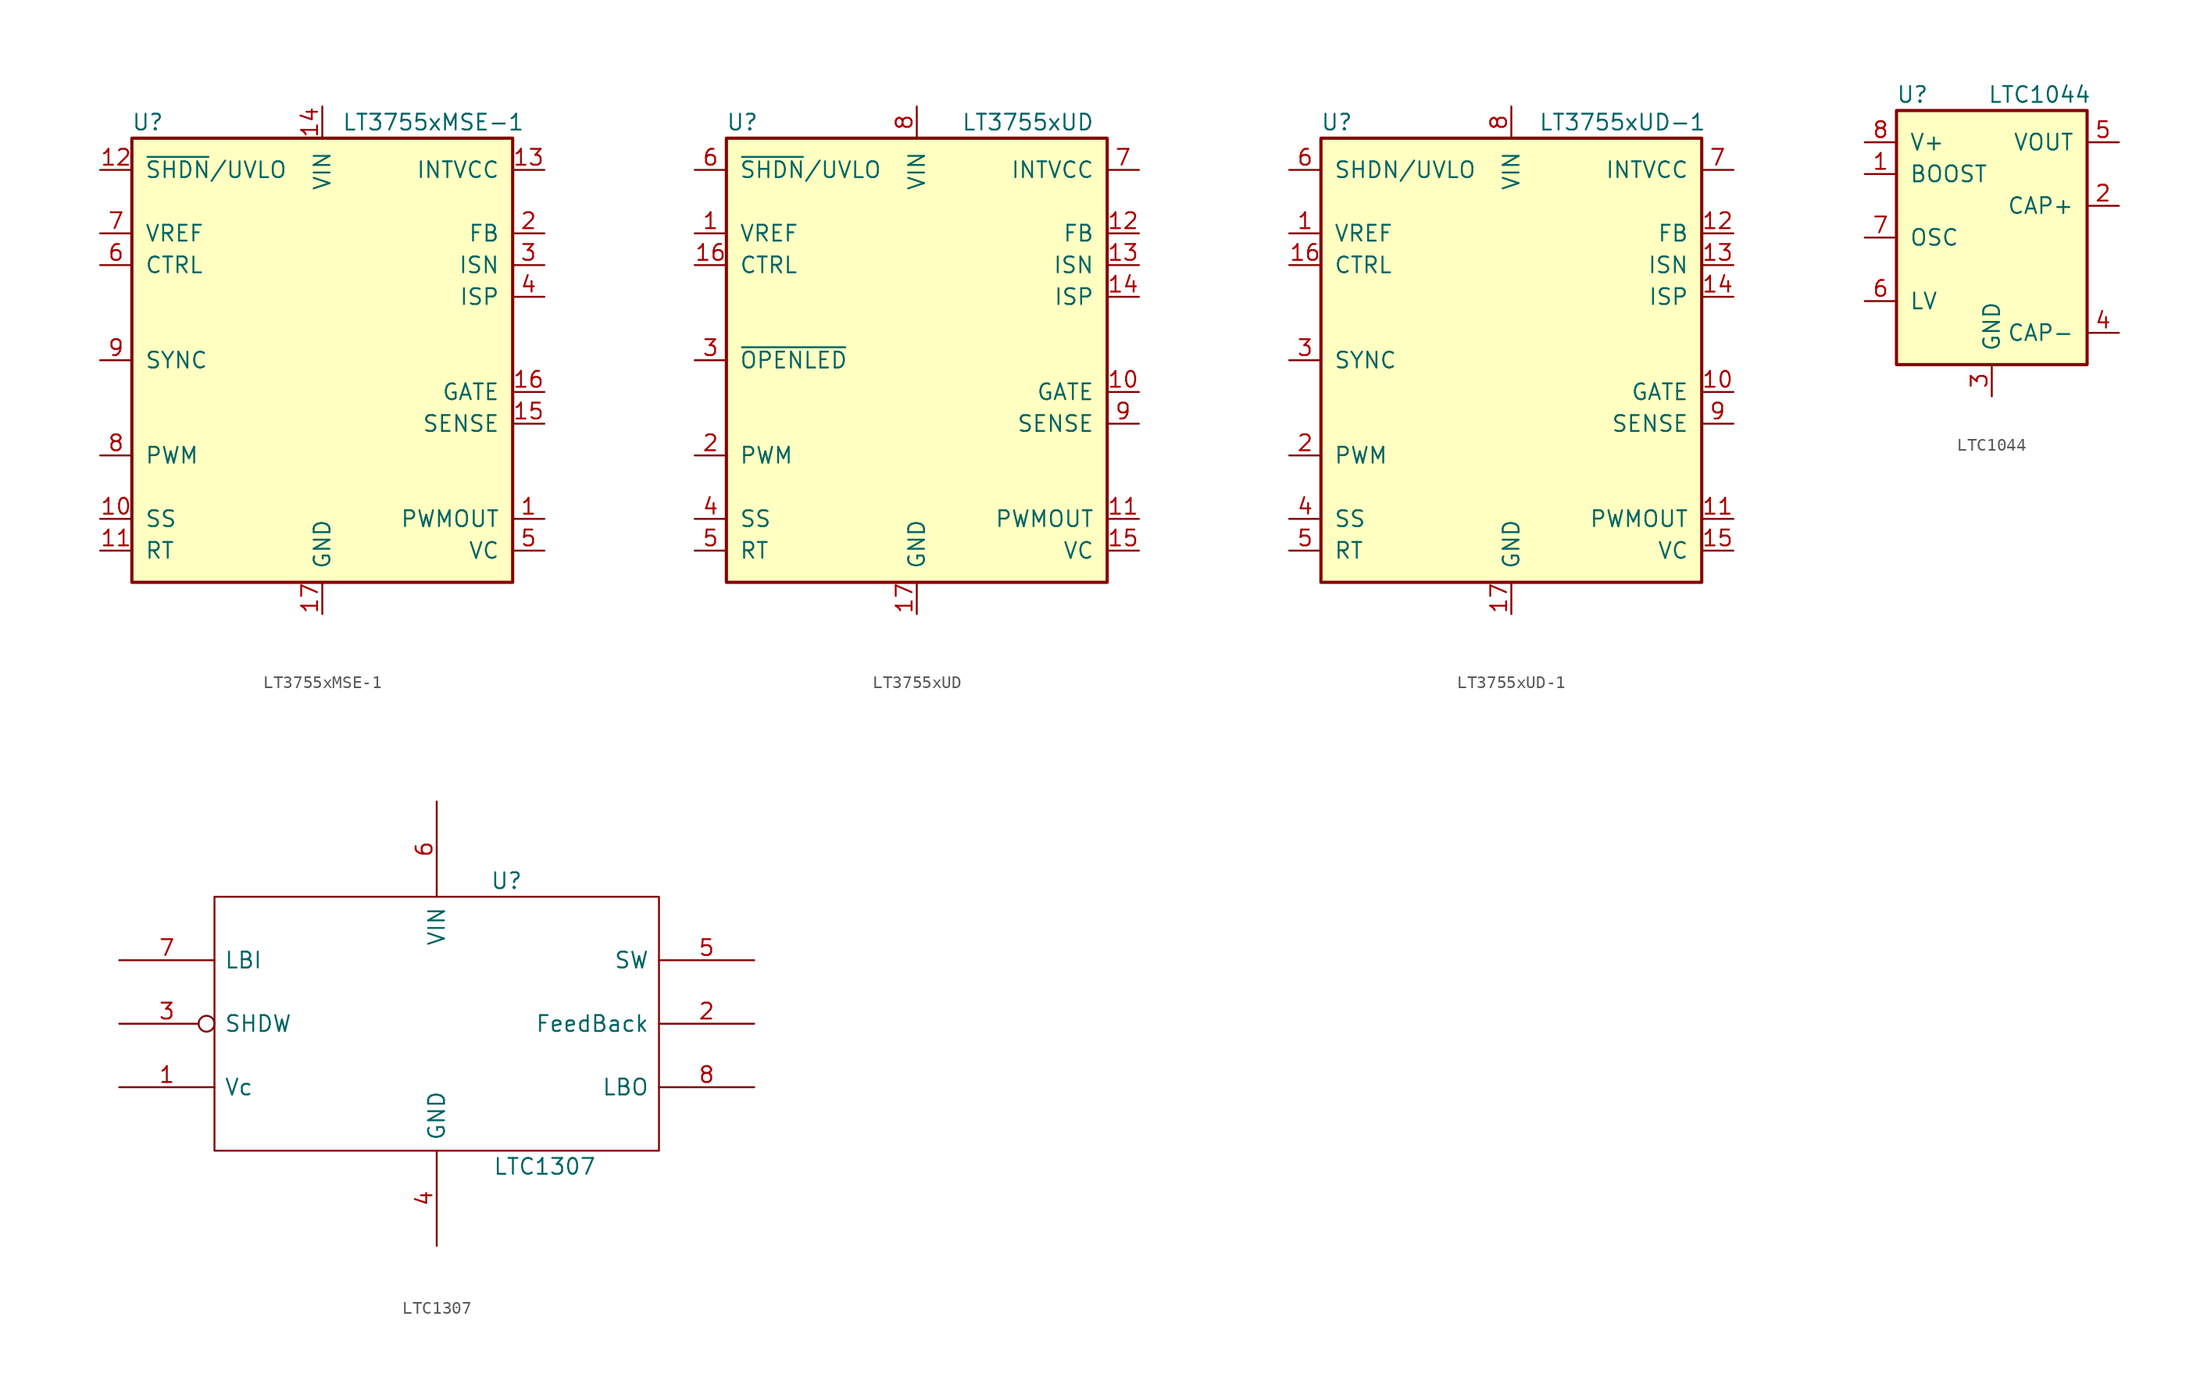
<source format=kicad_sym>
(kicad_symbol_lib
  (version 20211014)
  (generator kicad_symbol_editor)
  (symbol "LT3755xMSE-1"
    (pin_names
      (offset 1.016))
    (property "Reference" "U"
      (at -13.97 19.05 0)
      (effects (font (size 1.27 1.27))))
    (property "Value" "LT3755xMSE-1"
      (at 8.89 19.05 0)
      (effects (font (size 1.27 1.27))))
    (symbol "LT3755xMSE-1_0_1"
      (rectangle (start -15.24 -17.78) (end 15.24 17.78) (stroke (width 0.254) (type default) (color 0 0 0 0)) (fill (type background))))
    (symbol "LT3755xMSE-1_1_1"
      (pin output line (at 17.78 -12.7 180) (length 2.54) (name "PWMOUT" (effects (font (size 1.27 1.27)))) (number "1" (effects (font (size 1.27 1.27)))))
      (pin input line (at -17.78 -12.7 0) (length 2.54) (name "SS" (effects (font (size 1.27 1.27)))) (number "10" (effects (font (size 1.27 1.27)))))
      (pin input line (at -17.78 -15.24 0) (length 2.54) (name "RT" (effects (font (size 1.27 1.27)))) (number "11" (effects (font (size 1.27 1.27)))))
      (pin input line (at -17.78 15.24 0) (length 2.54) (name "~{SHDN}/UVLO" (effects (font (size 1.27 1.27)))) (number "12" (effects (font (size 1.27 1.27)))))
      (pin power_out line (at 17.78 15.24 180) (length 2.54) (name "INTVCC" (effects (font (size 1.27 1.27)))) (number "13" (effects (font (size 1.27 1.27)))))
      (pin power_in line (at 0 20.32 270) (length 2.54) (name "VIN" (effects (font (size 1.27 1.27)))) (number "14" (effects (font (size 1.27 1.27)))))
      (pin input line (at 17.78 -5.08 180) (length 2.54) (name "SENSE" (effects (font (size 1.27 1.27)))) (number "15" (effects (font (size 1.27 1.27)))))
      (pin output line (at 17.78 -2.54 180) (length 2.54) (name "GATE" (effects (font (size 1.27 1.27)))) (number "16" (effects (font (size 1.27 1.27)))))
      (pin power_in line (at 0 -20.32 90) (length 2.54) (name "GND" (effects (font (size 1.27 1.27)))) (number "17" (effects (font (size 1.27 1.27)))))
      (pin input line (at 17.78 10.16 180) (length 2.54) (name "FB" (effects (font (size 1.27 1.27)))) (number "2" (effects (font (size 1.27 1.27)))))
      (pin input line (at 17.78 7.62 180) (length 2.54) (name "ISN" (effects (font (size 1.27 1.27)))) (number "3" (effects (font (size 1.27 1.27)))))
      (pin input line (at 17.78 5.08 180) (length 2.54) (name "ISP" (effects (font (size 1.27 1.27)))) (number "4" (effects (font (size 1.27 1.27)))))
      (pin output line (at 17.78 -15.24 180) (length 2.54) (name "VC" (effects (font (size 1.27 1.27)))) (number "5" (effects (font (size 1.27 1.27)))))
      (pin input line (at -17.78 7.62 0) (length 2.54) (name "CTRL" (effects (font (size 1.27 1.27)))) (number "6" (effects (font (size 1.27 1.27)))))
      (pin output line (at -17.78 10.16 0) (length 2.54) (name "VREF" (effects (font (size 1.27 1.27)))) (number "7" (effects (font (size 1.27 1.27)))))
      (pin input line (at -17.78 -7.62 0) (length 2.54) (name "PWM" (effects (font (size 1.27 1.27)))) (number "8" (effects (font (size 1.27 1.27)))))
      (pin input line (at -17.78 0 0) (length 2.54) (name "SYNC" (effects (font (size 1.27 1.27)))) (number "9" (effects (font (size 1.27 1.27)))))))
  (symbol "LT3755xUD"
    (pin_names
      (offset 1.016))
    (property "Reference" "U"
      (at -13.97 19.05 0)
      (effects (font (size 1.27 1.27))))
    (property "Value" "LT3755xUD"
      (at 8.89 19.05 0)
      (effects (font (size 1.27 1.27))))
    (symbol "LT3755xUD_0_1"
      (rectangle (start -15.24 -17.78) (end 15.24 17.78) (stroke (width 0.254) (type default) (color 0 0 0 0)) (fill (type background))))
    (symbol "LT3755xUD_1_1"
      (pin output line (at -17.78 10.16 0) (length 2.54) (name "VREF" (effects (font (size 1.27 1.27)))) (number "1" (effects (font (size 1.27 1.27)))))
      (pin output line (at 17.78 -2.54 180) (length 2.54) (name "GATE" (effects (font (size 1.27 1.27)))) (number "10" (effects (font (size 1.27 1.27)))))
      (pin output line (at 17.78 -12.7 180) (length 2.54) (name "PWMOUT" (effects (font (size 1.27 1.27)))) (number "11" (effects (font (size 1.27 1.27)))))
      (pin input line (at 17.78 10.16 180) (length 2.54) (name "FB" (effects (font (size 1.27 1.27)))) (number "12" (effects (font (size 1.27 1.27)))))
      (pin input line (at 17.78 7.62 180) (length 2.54) (name "ISN" (effects (font (size 1.27 1.27)))) (number "13" (effects (font (size 1.27 1.27)))))
      (pin input line (at 17.78 5.08 180) (length 2.54) (name "ISP" (effects (font (size 1.27 1.27)))) (number "14" (effects (font (size 1.27 1.27)))))
      (pin output line (at 17.78 -15.24 180) (length 2.54) (name "VC" (effects (font (size 1.27 1.27)))) (number "15" (effects (font (size 1.27 1.27)))))
      (pin input line (at -17.78 7.62 0) (length 2.54) (name "CTRL" (effects (font (size 1.27 1.27)))) (number "16" (effects (font (size 1.27 1.27)))))
      (pin power_in line (at 0 -20.32 90) (length 2.54) (name "GND" (effects (font (size 1.27 1.27)))) (number "17" (effects (font (size 1.27 1.27)))))
      (pin input line (at -17.78 -7.62 0) (length 2.54) (name "PWM" (effects (font (size 1.27 1.27)))) (number "2" (effects (font (size 1.27 1.27)))))
      (pin input line (at -17.78 0 0) (length 2.54) (name "~{OPENLED}" (effects (font (size 1.27 1.27)))) (number "3" (effects (font (size 1.27 1.27)))))
      (pin input line (at -17.78 -12.7 0) (length 2.54) (name "SS" (effects (font (size 1.27 1.27)))) (number "4" (effects (font (size 1.27 1.27)))))
      (pin input line (at -17.78 -15.24 0) (length 2.54) (name "RT" (effects (font (size 1.27 1.27)))) (number "5" (effects (font (size 1.27 1.27)))))
      (pin input line (at -17.78 15.24 0) (length 2.54) (name "~{SHDN}/UVLO" (effects (font (size 1.27 1.27)))) (number "6" (effects (font (size 1.27 1.27)))))
      (pin power_out line (at 17.78 15.24 180) (length 2.54) (name "INTVCC" (effects (font (size 1.27 1.27)))) (number "7" (effects (font (size 1.27 1.27)))))
      (pin power_in line (at 0 20.32 270) (length 2.54) (name "VIN" (effects (font (size 1.27 1.27)))) (number "8" (effects (font (size 1.27 1.27)))))
      (pin input line (at 17.78 -5.08 180) (length 2.54) (name "SENSE" (effects (font (size 1.27 1.27)))) (number "9" (effects (font (size 1.27 1.27)))))))
  (symbol "LT3755xUD-1"
    (pin_names
      (offset 1.016))
    (property "Reference" "U"
      (at -13.97 19.05 0)
      (effects (font (size 1.27 1.27))))
    (property "Value" "LT3755xUD-1"
      (at 8.89 19.05 0)
      (effects (font (size 1.27 1.27))))
    (symbol "LT3755xUD-1_0_1"
      (rectangle (start -15.24 -17.78) (end 15.24 17.78) (stroke (width 0.254) (type default) (color 0 0 0 0)) (fill (type background))))
    (symbol "LT3755xUD-1_1_1"
      (pin output line (at -17.78 10.16 0) (length 2.54) (name "VREF" (effects (font (size 1.27 1.27)))) (number "1" (effects (font (size 1.27 1.27)))))
      (pin output line (at 17.78 -2.54 180) (length 2.54) (name "GATE" (effects (font (size 1.27 1.27)))) (number "10" (effects (font (size 1.27 1.27)))))
      (pin output line (at 17.78 -12.7 180) (length 2.54) (name "PWMOUT" (effects (font (size 1.27 1.27)))) (number "11" (effects (font (size 1.27 1.27)))))
      (pin input line (at 17.78 10.16 180) (length 2.54) (name "FB" (effects (font (size 1.27 1.27)))) (number "12" (effects (font (size 1.27 1.27)))))
      (pin input line (at 17.78 7.62 180) (length 2.54) (name "ISN" (effects (font (size 1.27 1.27)))) (number "13" (effects (font (size 1.27 1.27)))))
      (pin input line (at 17.78 5.08 180) (length 2.54) (name "ISP" (effects (font (size 1.27 1.27)))) (number "14" (effects (font (size 1.27 1.27)))))
      (pin output line (at 17.78 -15.24 180) (length 2.54) (name "VC" (effects (font (size 1.27 1.27)))) (number "15" (effects (font (size 1.27 1.27)))))
      (pin input line (at -17.78 7.62 0) (length 2.54) (name "CTRL" (effects (font (size 1.27 1.27)))) (number "16" (effects (font (size 1.27 1.27)))))
      (pin power_in line (at 0 -20.32 90) (length 2.54) (name "GND" (effects (font (size 1.27 1.27)))) (number "17" (effects (font (size 1.27 1.27)))))
      (pin input line (at -17.78 -7.62 0) (length 2.54) (name "PWM" (effects (font (size 1.27 1.27)))) (number "2" (effects (font (size 1.27 1.27)))))
      (pin input line (at -17.78 0 0) (length 2.54) (name "SYNC" (effects (font (size 1.27 1.27)))) (number "3" (effects (font (size 1.27 1.27)))))
      (pin input line (at -17.78 -12.7 0) (length 2.54) (name "SS" (effects (font (size 1.27 1.27)))) (number "4" (effects (font (size 1.27 1.27)))))
      (pin input line (at -17.78 -15.24 0) (length 2.54) (name "RT" (effects (font (size 1.27 1.27)))) (number "5" (effects (font (size 1.27 1.27)))))
      (pin input line (at -17.78 15.24 0) (length 2.54) (name "SHDN/UVLO" (effects (font (size 1.27 1.27)))) (number "6" (effects (font (size 1.27 1.27)))))
      (pin power_out line (at 17.78 15.24 180) (length 2.54) (name "INTVCC" (effects (font (size 1.27 1.27)))) (number "7" (effects (font (size 1.27 1.27)))))
      (pin power_in line (at 0 20.32 270) (length 2.54) (name "VIN" (effects (font (size 1.27 1.27)))) (number "8" (effects (font (size 1.27 1.27)))))
      (pin input line (at 17.78 -5.08 180) (length 2.54) (name "SENSE" (effects (font (size 1.27 1.27)))) (number "9" (effects (font (size 1.27 1.27)))))))
  (symbol "LTC1044"
    (pin_names
      (offset 1.016))
    (property "Reference" "U"
      (at -6.35 11.43 0)
      (effects (font (size 1.27 1.27))))
    (property "Value" "LTC1044"
      (at 3.81 11.43 0)
      (effects (font (size 1.27 1.27))))
    (symbol "LTC1044_0_1"
      (rectangle (start -7.62 10.16) (end 7.62 -10.16) (stroke (width 0.254) (type default) (color 0 0 0 0)) (fill (type background))))
    (symbol "LTC1044_1_1"
      (pin input line (at -10.16 5.08 0) (length 2.54) (name "BOOST" (effects (font (size 1.27 1.27)))) (number "1" (effects (font (size 1.27 1.27)))))
      (pin input line (at 10.16 2.54 180) (length 2.54) (name "CAP+" (effects (font (size 1.27 1.27)))) (number "2" (effects (font (size 1.27 1.27)))))
      (pin power_in line (at 0 -12.7 90) (length 2.54) (name "GND" (effects (font (size 1.27 1.27)))) (number "3" (effects (font (size 1.27 1.27)))))
      (pin input line (at 10.16 -7.62 180) (length 2.54) (name "CAP-" (effects (font (size 1.27 1.27)))) (number "4" (effects (font (size 1.27 1.27)))))
      (pin power_out line (at 10.16 7.62 180) (length 2.54) (name "VOUT" (effects (font (size 1.27 1.27)))) (number "5" (effects (font (size 1.27 1.27)))))
      (pin input line (at -10.16 -5.08 0) (length 2.54) (name "LV" (effects (font (size 1.27 1.27)))) (number "6" (effects (font (size 1.27 1.27)))))
      (pin input line (at -10.16 0 0) (length 2.54) (name "OSC" (effects (font (size 1.27 1.27)))) (number "7" (effects (font (size 1.27 1.27)))))
      (pin power_in line (at -10.16 7.62 0) (length 2.54) (name "V+" (effects (font (size 1.27 1.27)))) (number "8" (effects (font (size 1.27 1.27)))))))
  (symbol "LTC1307"
    (pin_names
      (offset 0.762))
    (property "Reference" "U"
      (at 5.588 11.43 0)
      (effects (font (size 1.27 1.27))))
    (property "Value" "LTC1307"
      (at 8.636 -11.43 0)
      (effects (font (size 1.27 1.27))))
    (symbol "LTC1307_0_1"
      (rectangle (start -17.78 -10.16) (end 17.78 10.16) (stroke (width 0) (type default) (color 0 0 0 0)) (fill (type none))))
    (symbol "LTC1307_1_1"
      (pin input line (at -25.4 -5.08 0) (length 7.62) (name "Vc" (effects (font (size 1.27 1.27)))) (number "1" (effects (font (size 1.27 1.27)))))
      (pin input line (at 25.4 0 180) (length 7.62) (name "FeedBack" (effects (font (size 1.27 1.27)))) (number "2" (effects (font (size 1.27 1.27)))))
      (pin input inverted (at -25.4 0 0) (length 7.62) (name "SHDW" (effects (font (size 1.27 1.27)))) (number "3" (effects (font (size 1.27 1.27)))))
      (pin input line (at 0 -17.78 90) (length 7.62) (name "GND" (effects (font (size 1.27 1.27)))) (number "4" (effects (font (size 1.27 1.27)))))
      (pin open_collector line (at 25.4 5.08 180) (length 7.62) (name "SW" (effects (font (size 1.27 1.27)))) (number "5" (effects (font (size 1.27 1.27)))))
      (pin input line (at 0 17.78 270) (length 7.62) (name "VIN" (effects (font (size 1.27 1.27)))) (number "6" (effects (font (size 1.27 1.27)))))
      (pin input line (at -25.4 5.08 0) (length 7.62) (name "LBI" (effects (font (size 1.27 1.27)))) (number "7" (effects (font (size 1.27 1.27)))))
      (pin output line (at 25.4 -5.08 180) (length 7.62) (name "LBO" (effects (font (size 1.27 1.27)))) (number "8" (effects (font (size 1.27 1.27))))))))
</source>
